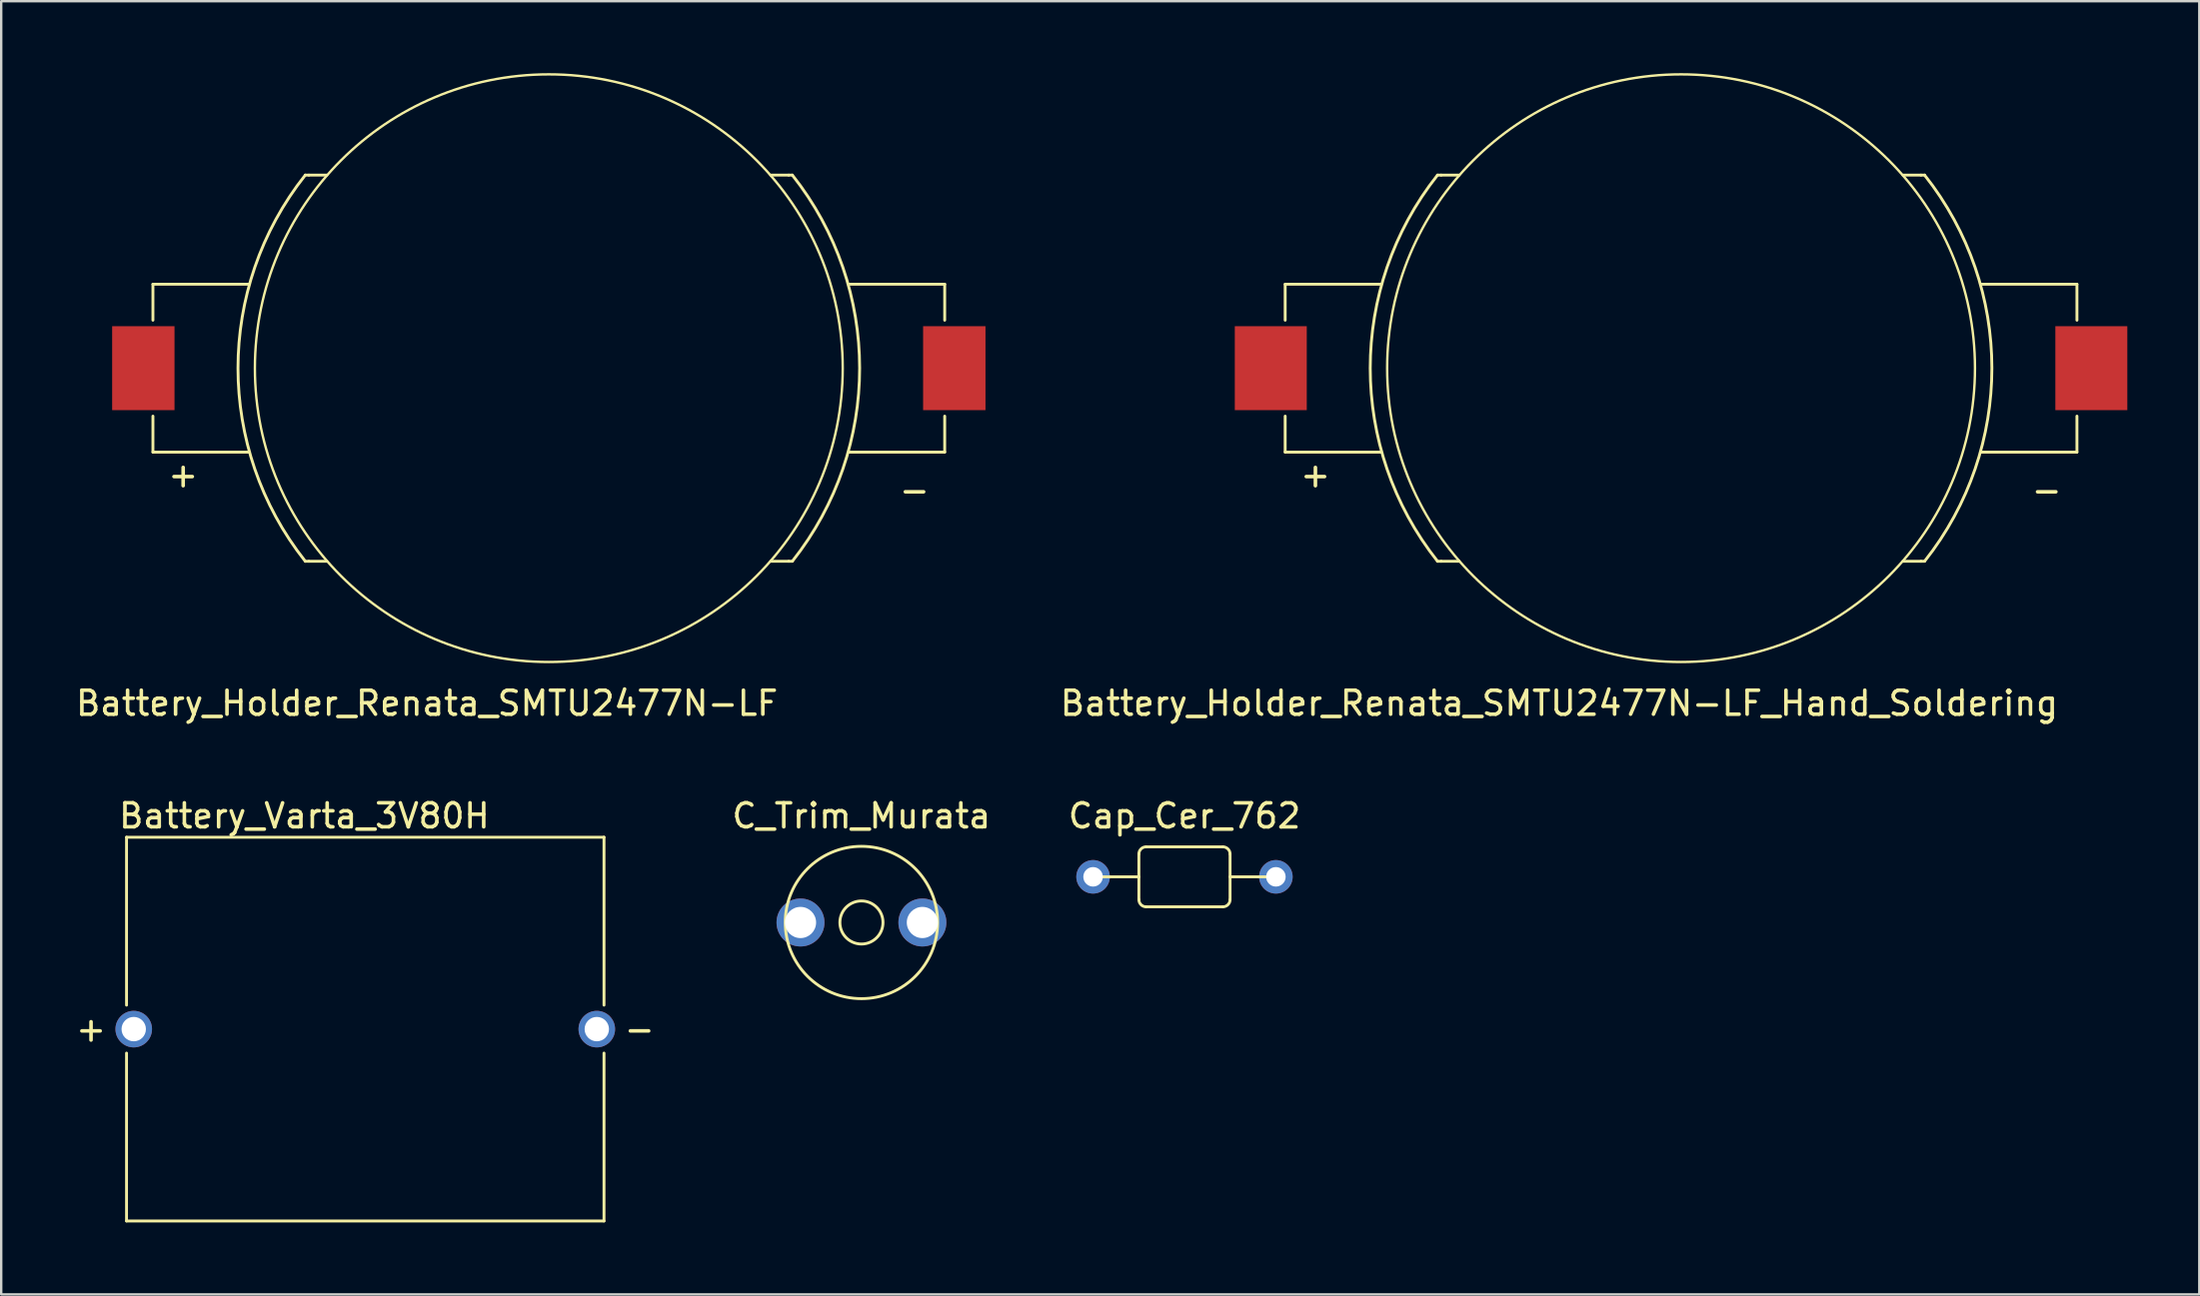
<source format=kicad_pcb>
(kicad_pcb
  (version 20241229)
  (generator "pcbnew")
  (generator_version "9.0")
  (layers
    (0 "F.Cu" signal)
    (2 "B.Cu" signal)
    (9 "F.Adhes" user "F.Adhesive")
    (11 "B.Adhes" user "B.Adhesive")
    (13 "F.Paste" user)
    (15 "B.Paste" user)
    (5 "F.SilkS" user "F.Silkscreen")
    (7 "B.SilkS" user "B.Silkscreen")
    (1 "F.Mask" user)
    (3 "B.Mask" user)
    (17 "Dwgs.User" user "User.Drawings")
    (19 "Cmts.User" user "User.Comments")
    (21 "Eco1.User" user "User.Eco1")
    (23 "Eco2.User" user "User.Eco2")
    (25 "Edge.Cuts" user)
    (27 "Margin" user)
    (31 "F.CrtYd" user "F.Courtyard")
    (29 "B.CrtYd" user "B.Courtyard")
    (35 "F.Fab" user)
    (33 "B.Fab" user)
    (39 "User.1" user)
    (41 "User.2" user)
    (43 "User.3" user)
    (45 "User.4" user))
  (footprint "Cap_Cer_762"
    (layer "F.Cu")
    (at 46.318 33.507)
    (property "Reference" "Cap_Cer_762" (at 0 -2.54 0) (layer "F.SilkS") (effects (font (size 1 1) (thickness 0.15))))
    (attr through_hole)
    (fp_line (start -3.8 0) (end -1.9 0) (stroke (width 0.12) (type solid)) (layer "F.SilkS"))
    (fp_line (start -1.9 -0.95) (end -1.9 0.95) (stroke (width 0.12) (type solid)) (layer "F.SilkS"))
    (fp_line (start -1.6 1.25) (end 1.6 1.25) (stroke (width 0.12) (type solid)) (layer "F.SilkS"))
    (fp_line (start 1.6 -1.25) (end -1.6 -1.25) (stroke (width 0.12) (type solid)) (layer "F.SilkS"))
    (fp_line (start 1.9 0) (end 3.8 0) (stroke (width 0.12) (type solid)) (layer "F.SilkS"))
    (fp_line (start 1.9 0.95) (end 1.9 -0.95) (stroke (width 0.12) (type solid)) (layer "F.SilkS"))
    (fp_arc (start -1.9 -0.95) (mid -1.812132 -1.162132) (end -1.6 -1.25) (stroke (width 0.12) (type solid)) (layer "F.SilkS"))
    (fp_arc (start -1.6 1.25) (mid -1.812132 1.162132) (end -1.9 0.95) (stroke (width 0.12) (type solid)) (layer "F.SilkS"))
    (fp_arc (start 1.6 -1.25) (mid 1.812132 -1.162132) (end 1.9 -0.95) (stroke (width 0.12) (type solid)) (layer "F.SilkS"))
    (fp_arc (start 1.9 0.95) (mid 1.812132 1.162132) (end 1.6 1.25) (stroke (width 0.12) (type solid)) (layer "F.SilkS"))
    (pad "1" thru_hole circle (at -3.81 0) (size 1.397 1.397) (drill 0.813) (layers "*.Cu" "*.Mask"))
    (pad "2" thru_hole circle (at 3.81 0) (size 1.397 1.397) (drill 0.813) (layers "*.Cu" "*.Mask")))
  (footprint "Battery_Holder_Renata_SMTU2477N-LF_Hand_Soldering"
    (layer "F.Cu")
    (at 67.015 12.3)
    (property "Reference" "Battery_Holder_Renata_SMTU2477N-LF_Hand_Soldering" (at -5.08 13.97 0) (layer "F.SilkS") (effects (font (size 1 1) (thickness 0.15))))
    (attr through_hole)
    (fp_line (start -16.5 -3.5) (end -12.5 -3.5) (stroke (width 0.12) (type solid)) (layer "F.SilkS"))
    (fp_line (start -16.5 -2) (end -16.5 -3.5) (stroke (width 0.12) (type solid)) (layer "F.SilkS"))
    (fp_line (start -16.5 2) (end -16.5 3.5) (stroke (width 0.12) (type solid)) (layer "F.SilkS"))
    (fp_line (start -16.5 3.5) (end -12.5 3.5) (stroke (width 0.12) (type solid)) (layer "F.SilkS"))
    (fp_line (start -10 -8.05) (end -10.15 -8.05) (stroke (width 0.12) (type solid)) (layer "F.SilkS"))
    (fp_line (start -10 8.05) (end -10.15 8.05) (stroke (width 0.12) (type solid)) (layer "F.SilkS"))
    (fp_line (start -9.25 -8.05) (end -10 -8.05) (stroke (width 0.12) (type solid)) (layer "F.SilkS"))
    (fp_line (start -9.25 8.05) (end -10 8.05) (stroke (width 0.12) (type solid)) (layer "F.SilkS"))
    (fp_line (start 9.25 -8.05) (end 10 -8.05) (stroke (width 0.12) (type solid)) (layer "F.SilkS"))
    (fp_line (start 9.25 8.05) (end 10 8.05) (stroke (width 0.12) (type solid)) (layer "F.SilkS"))
    (fp_line (start 10 -8.05) (end 10.15 -8.05) (stroke (width 0.12) (type solid)) (layer "F.SilkS"))
    (fp_line (start 10 8.05) (end 10.15 8.05) (stroke (width 0.12) (type solid)) (layer "F.SilkS"))
    (fp_line (start 16.5 -3.5) (end 12.5 -3.5) (stroke (width 0.12) (type solid)) (layer "F.SilkS"))
    (fp_line (start 16.5 -2) (end 16.5 -3.5) (stroke (width 0.12) (type solid)) (layer "F.SilkS"))
    (fp_line (start 16.5 2) (end 16.5 3.5) (stroke (width 0.12) (type solid)) (layer "F.SilkS"))
    (fp_line (start 16.5 3.5) (end 12.5 3.5) (stroke (width 0.12) (type solid)) (layer "F.SilkS"))
    (fp_arc (start -10.149999 8.049999) (mid -12.954727 0) (end -10.149999 -8.049999) (stroke (width 0.12) (type solid)) (layer "F.SilkS"))
    (fp_arc (start 10.149999 -8.049999) (mid 12.954727 -0.004074) (end 10.155061 8.043613) (stroke (width 0.12) (type solid)) (layer "F.SilkS"))
    (fp_circle (center 0 0) (end 12.25 0) (stroke (width 0.1) (type solid)) (fill no) (layer "F.SilkS"))
    (fp_text user "-" (at 15.24 5.08 0) (unlocked yes) (layer "F.SilkS") (effects (font (size 1 1) (thickness 0.15))))
    (fp_text user "+" (at -15.24 4.445 0) (unlocked yes) (layer "F.SilkS") (effects (font (size 1 1) (thickness 0.15))))
    (pad "1" smd rect (at -17.1 0) (size 3 3.5) (layers "F.Cu" "F.Mask" "F.Paste"))
    (pad "2" smd rect (at 17.1 0) (size 3 3.5) (layers "F.Cu" "F.Mask" "F.Paste")))
  (footprint "C_Trim_Murata"
    (layer "F.Cu")
    (at 32.854 35.411)
    (property "Reference" "C_Trim_Murata" (at 0 -4.445 0) (layer "F.SilkS") (effects (font (size 1 1) (thickness 0.15))))
    (attr through_hole)
    (fp_circle (center 0 0) (end 0.898 0) (stroke (width 0.12) (type solid)) (fill no) (layer "F.SilkS"))
    (fp_circle (center 0 0) (end 3.175 0) (stroke (width 0.12) (type solid)) (fill no) (layer "F.SilkS"))
    (pad "1" thru_hole circle (at 2.54 0) (size 1.999 1.999) (drill 1.3) (layers "*.Cu" "*.Mask"))
    (pad "2" thru_hole circle (at -2.54 0) (size 1.999 1.999) (drill 1.3) (layers "*.Cu" "*.Mask")))
  (footprint "Battery_Holder_Renata_SMTU2477N-LF"
    (layer "F.Cu")
    (at 19.824 12.3)
    (property "Reference" "Battery_Holder_Renata_SMTU2477N-LF" (at -5.08 13.97 0) (layer "F.SilkS") (effects (font (size 1 1) (thickness 0.15))))
    (attr through_hole)
    (fp_line (start -16.5 -3.5) (end -12.5 -3.5) (stroke (width 0.12) (type solid)) (layer "F.SilkS"))
    (fp_line (start -16.5 -2) (end -16.5 -3.5) (stroke (width 0.12) (type solid)) (layer "F.SilkS"))
    (fp_line (start -16.5 2) (end -16.5 3.5) (stroke (width 0.12) (type solid)) (layer "F.SilkS"))
    (fp_line (start -16.5 3.5) (end -12.5 3.5) (stroke (width 0.12) (type solid)) (layer "F.SilkS"))
    (fp_line (start -10 -8.05) (end -10.15 -8.05) (stroke (width 0.12) (type solid)) (layer "F.SilkS"))
    (fp_line (start -10 8.05) (end -10.15 8.05) (stroke (width 0.12) (type solid)) (layer "F.SilkS"))
    (fp_line (start -9.25 -8.05) (end -10 -8.05) (stroke (width 0.12) (type solid)) (layer "F.SilkS"))
    (fp_line (start -9.25 8.05) (end -10 8.05) (stroke (width 0.12) (type solid)) (layer "F.SilkS"))
    (fp_line (start 9.25 -8.05) (end 10 -8.05) (stroke (width 0.12) (type solid)) (layer "F.SilkS"))
    (fp_line (start 9.25 8.05) (end 10 8.05) (stroke (width 0.12) (type solid)) (layer "F.SilkS"))
    (fp_line (start 10 -8.05) (end 10.15 -8.05) (stroke (width 0.12) (type solid)) (layer "F.SilkS"))
    (fp_line (start 10 8.05) (end 10.15 8.05) (stroke (width 0.12) (type solid)) (layer "F.SilkS"))
    (fp_line (start 16.5 -3.5) (end 12.5 -3.5) (stroke (width 0.12) (type solid)) (layer "F.SilkS"))
    (fp_line (start 16.5 -2) (end 16.5 -3.5) (stroke (width 0.12) (type solid)) (layer "F.SilkS"))
    (fp_line (start 16.5 2) (end 16.5 3.5) (stroke (width 0.12) (type solid)) (layer "F.SilkS"))
    (fp_line (start 16.5 3.5) (end 12.5 3.5) (stroke (width 0.12) (type solid)) (layer "F.SilkS"))
    (fp_arc (start -10.149999 8.049999) (mid -12.954727 0) (end -10.149999 -8.049999) (stroke (width 0.12) (type solid)) (layer "F.SilkS"))
    (fp_arc (start 10.149999 -8.049999) (mid 12.954727 -0.004074) (end 10.155061 8.043613) (stroke (width 0.12) (type solid)) (layer "F.SilkS"))
    (fp_circle (center 0 0) (end 12.25 0) (stroke (width 0.1) (type solid)) (fill no) (layer "F.SilkS"))
    (fp_text user "-" (at 15.24 5.08 0) (unlocked yes) (layer "F.SilkS") (effects (font (size 1 1) (thickness 0.15))))
    (fp_text user "+" (at -15.24 4.445 0) (unlocked yes) (layer "F.SilkS") (effects (font (size 1 1) (thickness 0.15))))
    (pad "1" smd rect (at -16.9 0) (size 2.6 3.5) (layers "F.Cu" "F.Mask" "F.Paste"))
    (pad "2" smd rect (at 16.9 0) (size 2.6 3.5) (layers "F.Cu" "F.Mask" "F.Paste")))
  (footprint "Battery_Varta_3V80H"
    (layer "F.Cu")
    (at 12.174 39.856)
    (property "Reference" "Battery_Varta_3V80H" (at -2.54 -8.89 180) (layer "F.SilkS") (effects (font (size 1 1) (thickness 0.15))))
    (attr through_hole)
    (fp_line (start -9.95 -8) (end -9.95 -1) (stroke (width 0.12) (type solid)) (layer "F.SilkS"))
    (fp_line (start -9.95 -8) (end 9.95 -8) (stroke (width 0.12) (type solid)) (layer "F.SilkS"))
    (fp_line (start -9.95 1) (end -9.95 8) (stroke (width 0.12) (type solid)) (layer "F.SilkS"))
    (fp_line (start -9.95 8) (end 9.95 8) (stroke (width 0.12) (type solid)) (layer "F.SilkS"))
    (fp_line (start 9.95 -8) (end 9.95 -1) (stroke (width 0.12) (type solid)) (layer "F.SilkS"))
    (fp_line (start 9.95 8) (end 9.95 1) (stroke (width 0.12) (type solid)) (layer "F.SilkS"))
    (fp_text user "-" (at 11.43 0 180) (layer "F.SilkS") (effects (font (size 1 1) (thickness 0.15))))
    (fp_text user "+" (at -11.43 0 0) (layer "F.SilkS") (effects (font (size 1 1) (thickness 0.15))))
    (pad "1" thru_hole circle (at -9.65 0) (size 1.524 1.524) (drill 1.016) (layers "*.Cu" "*.Mask"))
    (pad "2" thru_hole circle (at 9.65 0) (size 1.524 1.524) (drill 1.016) (layers "*.Cu" "*.Mask")))
  (gr_rect
    (start -3 -3)
    (end 88.615 50.916)
    (stroke (width 0.1) (type default))
    (fill no)
    (layer "Edge.Cuts")))
</source>
